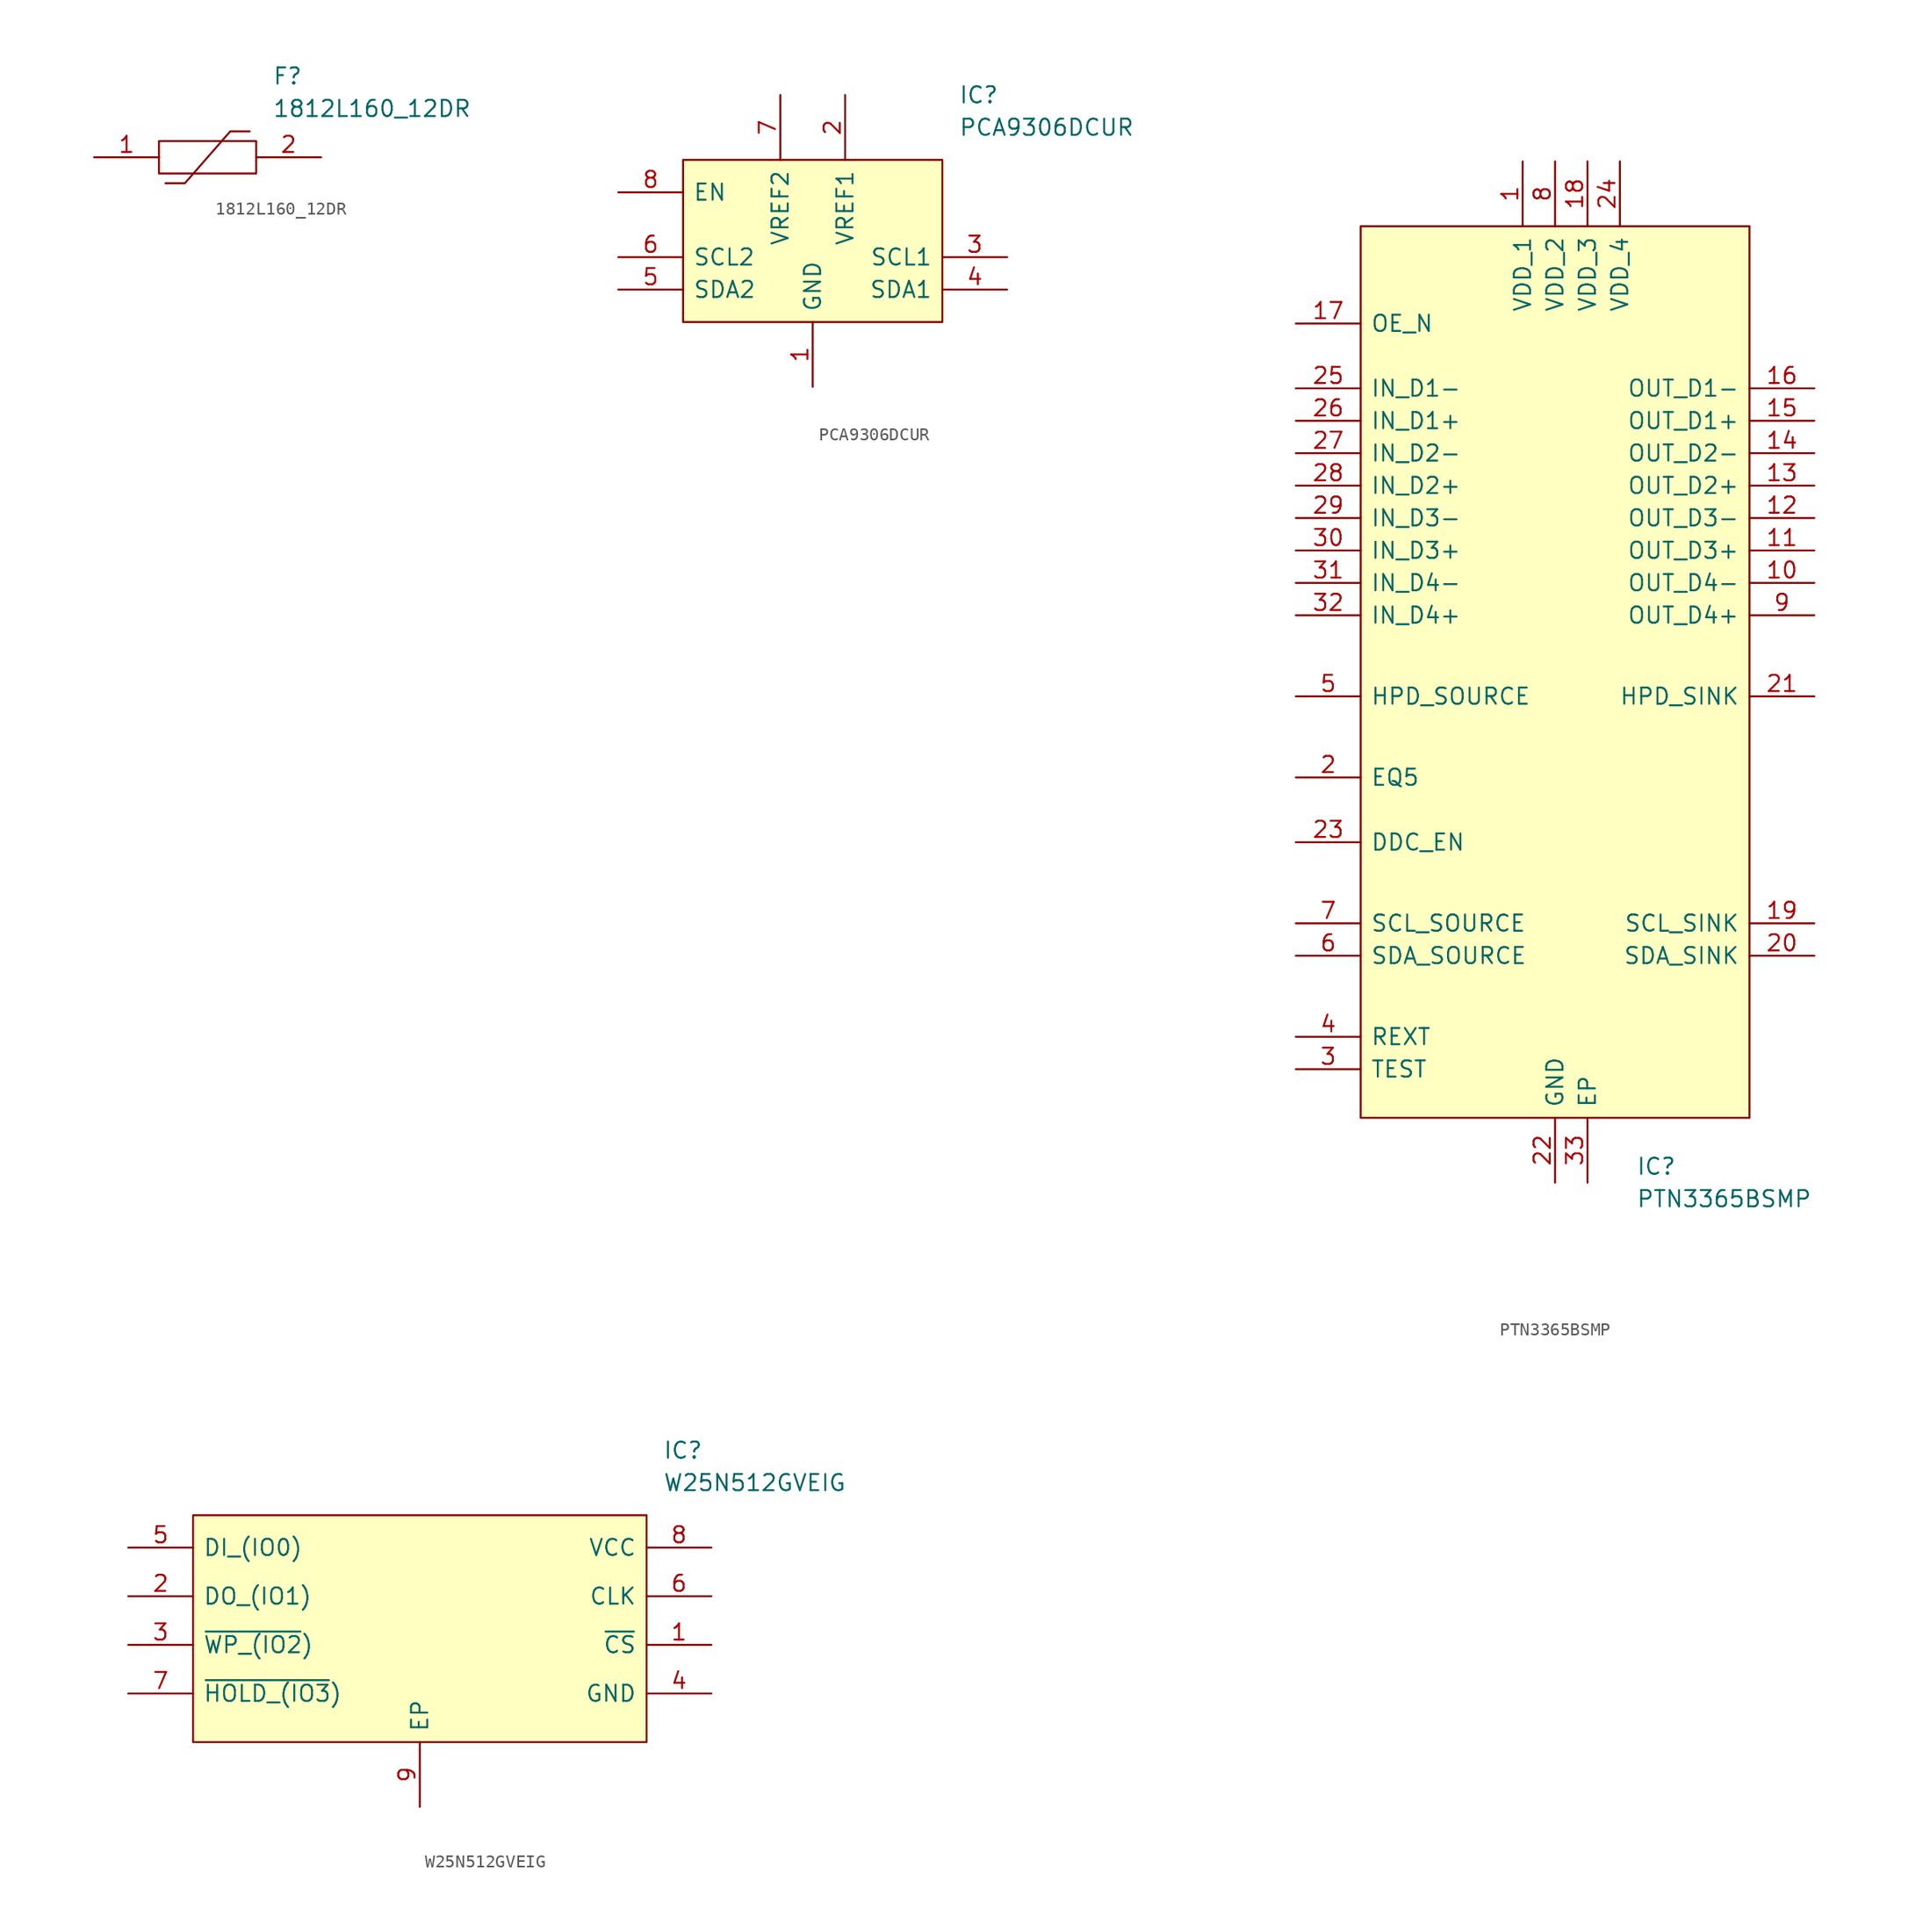
<source format=kicad_sym>
(kicad_symbol_lib
  (version 20211014)
  (generator kicad_symbol_editor)
  (symbol "1812L160_12DR"
    (pin_names
      (offset 0.762))
    (property "Reference" "F"
      (at 13.97 6.35 0)
      (effects (font (size 1.27 1.27)) (justify left)))
    (property "Value" "1812L160_12DR"
      (at 13.97 3.81 0)
      (effects (font (size 1.27 1.27)) (justify left)))
    (symbol "1812L160_12DR_0_0"
      (pin passive line (at 0 0 0) (length 5.08) (name "~" (effects (font (size 1.27 1.27)))) (number "1" (effects (font (size 1.27 1.27)))))
      (pin passive line (at 17.78 0 180) (length 5.08) (name "~" (effects (font (size 1.27 1.27)))) (number "2" (effects (font (size 1.27 1.27))))))
    (symbol "1812L160_12DR_0_1"
      (polyline (pts (xy 5.588 -2.032) (xy 7.112 -2.032) (xy 10.668 2.032) (xy 12.192 2.032)) (stroke (width 0.152) (type default) (color 0 0 0 0)) (fill (type none)))
      (polyline (pts (xy 5.08 1.27) (xy 12.7 1.27) (xy 12.7 -1.27) (xy 5.08 -1.27) (xy 5.08 1.27)) (stroke (width 0.152) (type default) (color 0 0 0 0)) (fill (type none)))))
  (symbol "PCA9306DCUR"
    (pin_names
      (offset 0.762))
    (property "Reference" "IC"
      (at 26.67 7.62 0)
      (effects (font (size 1.27 1.27)) (justify left)))
    (property "Value" "PCA9306DCUR"
      (at 26.67 5.08 0)
      (effects (font (size 1.27 1.27)) (justify left)))
    (symbol "PCA9306DCUR_0_0"
      (pin passive line (at 15.24 -15.24 90) (length 5.08) (name "GND" (effects (font (size 1.27 1.27)))) (number "1" (effects (font (size 1.27 1.27)))))
      (pin passive line (at 17.78 7.62 270) (length 5.08) (name "VREF1" (effects (font (size 1.27 1.27)))) (number "2" (effects (font (size 1.27 1.27)))))
      (pin passive line (at 30.48 -5.08 180) (length 5.08) (name "SCL1" (effects (font (size 1.27 1.27)))) (number "3" (effects (font (size 1.27 1.27)))))
      (pin passive line (at 30.48 -7.62 180) (length 5.08) (name "SDA1" (effects (font (size 1.27 1.27)))) (number "4" (effects (font (size 1.27 1.27)))))
      (pin passive line (at 0 -7.62 0) (length 5.08) (name "SDA2" (effects (font (size 1.27 1.27)))) (number "5" (effects (font (size 1.27 1.27)))))
      (pin passive line (at 0 -5.08 0) (length 5.08) (name "SCL2" (effects (font (size 1.27 1.27)))) (number "6" (effects (font (size 1.27 1.27)))))
      (pin passive line (at 12.7 7.62 270) (length 5.08) (name "VREF2" (effects (font (size 1.27 1.27)))) (number "7" (effects (font (size 1.27 1.27)))))
      (pin passive line (at 0 0 0) (length 5.08) (name "EN" (effects (font (size 1.27 1.27)))) (number "8" (effects (font (size 1.27 1.27))))))
    (symbol "PCA9306DCUR_0_1"
      (polyline (pts (xy 5.08 2.54) (xy 25.4 2.54) (xy 25.4 -10.16) (xy 5.08 -10.16) (xy 5.08 2.54)) (stroke (width 0.152) (type default) (color 0 0 0 0)) (fill (type background)))))
  (symbol "PTN3365BSMP"
    (pin_names
      (offset 0.762))
    (property "Reference" "IC"
      (at 5.08 -36.83 0)
      (effects (font (size 1.27 1.27)) (justify left)))
    (property "Value" "PTN3365BSMP"
      (at 5.08 -39.37 0)
      (effects (font (size 1.27 1.27)) (justify left)))
    (symbol "PTN3365BSMP_0_0"
      (pin passive line (at -3.81 41.91 270) (length 5.08) (name "VDD_1" (effects (font (size 1.27 1.27)))) (number "1" (effects (font (size 1.27 1.27)))))
      (pin passive line (at 19.05 8.89 180) (length 5.08) (name "OUT_D4-" (effects (font (size 1.27 1.27)))) (number "10" (effects (font (size 1.27 1.27)))))
      (pin passive line (at 19.05 11.43 180) (length 5.08) (name "OUT_D3+" (effects (font (size 1.27 1.27)))) (number "11" (effects (font (size 1.27 1.27)))))
      (pin passive line (at 19.05 13.97 180) (length 5.08) (name "OUT_D3-" (effects (font (size 1.27 1.27)))) (number "12" (effects (font (size 1.27 1.27)))))
      (pin passive line (at 19.05 16.51 180) (length 5.08) (name "OUT_D2+" (effects (font (size 1.27 1.27)))) (number "13" (effects (font (size 1.27 1.27)))))
      (pin passive line (at 19.05 19.05 180) (length 5.08) (name "OUT_D2-" (effects (font (size 1.27 1.27)))) (number "14" (effects (font (size 1.27 1.27)))))
      (pin passive line (at 19.05 21.59 180) (length 5.08) (name "OUT_D1+" (effects (font (size 1.27 1.27)))) (number "15" (effects (font (size 1.27 1.27)))))
      (pin passive line (at 19.05 24.13 180) (length 5.08) (name "OUT_D1-" (effects (font (size 1.27 1.27)))) (number "16" (effects (font (size 1.27 1.27)))))
      (pin passive line (at -21.59 29.21 0) (length 5.08) (name "OE_N" (effects (font (size 1.27 1.27)))) (number "17" (effects (font (size 1.27 1.27)))))
      (pin passive line (at 1.27 41.91 270) (length 5.08) (name "VDD_3" (effects (font (size 1.27 1.27)))) (number "18" (effects (font (size 1.27 1.27)))))
      (pin passive line (at 19.05 -17.78 180) (length 5.08) (name "SCL_SINK" (effects (font (size 1.27 1.27)))) (number "19" (effects (font (size 1.27 1.27)))))
      (pin passive line (at -21.59 -6.35 0) (length 5.08) (name "EQ5" (effects (font (size 1.27 1.27)))) (number "2" (effects (font (size 1.27 1.27)))))
      (pin passive line (at 19.05 -20.32 180) (length 5.08) (name "SDA_SINK" (effects (font (size 1.27 1.27)))) (number "20" (effects (font (size 1.27 1.27)))))
      (pin passive line (at 19.05 0 180) (length 5.08) (name "HPD_SINK" (effects (font (size 1.27 1.27)))) (number "21" (effects (font (size 1.27 1.27)))))
      (pin passive line (at -1.27 -38.1 90) (length 5.08) (name "GND" (effects (font (size 1.27 1.27)))) (number "22" (effects (font (size 1.27 1.27)))))
      (pin passive line (at -21.59 -11.43 0) (length 5.08) (name "DDC_EN" (effects (font (size 1.27 1.27)))) (number "23" (effects (font (size 1.27 1.27)))))
      (pin passive line (at 3.81 41.91 270) (length 5.08) (name "VDD_4" (effects (font (size 1.27 1.27)))) (number "24" (effects (font (size 1.27 1.27)))))
      (pin passive line (at -21.59 24.13 0) (length 5.08) (name "IN_D1-" (effects (font (size 1.27 1.27)))) (number "25" (effects (font (size 1.27 1.27)))))
      (pin passive line (at -21.59 21.59 0) (length 5.08) (name "IN_D1+" (effects (font (size 1.27 1.27)))) (number "26" (effects (font (size 1.27 1.27)))))
      (pin passive line (at -21.59 19.05 0) (length 5.08) (name "IN_D2-" (effects (font (size 1.27 1.27)))) (number "27" (effects (font (size 1.27 1.27)))))
      (pin passive line (at -21.59 16.51 0) (length 5.08) (name "IN_D2+" (effects (font (size 1.27 1.27)))) (number "28" (effects (font (size 1.27 1.27)))))
      (pin passive line (at -21.59 13.97 0) (length 5.08) (name "IN_D3-" (effects (font (size 1.27 1.27)))) (number "29" (effects (font (size 1.27 1.27)))))
      (pin passive line (at -21.59 -29.21 0) (length 5.08) (name "TEST" (effects (font (size 1.27 1.27)))) (number "3" (effects (font (size 1.27 1.27)))))
      (pin passive line (at -21.59 11.43 0) (length 5.08) (name "IN_D3+" (effects (font (size 1.27 1.27)))) (number "30" (effects (font (size 1.27 1.27)))))
      (pin passive line (at -21.59 8.89 0) (length 5.08) (name "IN_D4-" (effects (font (size 1.27 1.27)))) (number "31" (effects (font (size 1.27 1.27)))))
      (pin passive line (at -21.59 6.35 0) (length 5.08) (name "IN_D4+" (effects (font (size 1.27 1.27)))) (number "32" (effects (font (size 1.27 1.27)))))
      (pin passive line (at 1.27 -38.1 90) (length 5.08) (name "EP" (effects (font (size 1.27 1.27)))) (number "33" (effects (font (size 1.27 1.27)))))
      (pin passive line (at -21.59 -26.67 0) (length 5.08) (name "REXT" (effects (font (size 1.27 1.27)))) (number "4" (effects (font (size 1.27 1.27)))))
      (pin passive line (at -21.59 0 0) (length 5.08) (name "HPD_SOURCE" (effects (font (size 1.27 1.27)))) (number "5" (effects (font (size 1.27 1.27)))))
      (pin passive line (at -21.59 -20.32 0) (length 5.08) (name "SDA_SOURCE" (effects (font (size 1.27 1.27)))) (number "6" (effects (font (size 1.27 1.27)))))
      (pin passive line (at -21.59 -17.78 0) (length 5.08) (name "SCL_SOURCE" (effects (font (size 1.27 1.27)))) (number "7" (effects (font (size 1.27 1.27)))))
      (pin passive line (at -1.27 41.91 270) (length 5.08) (name "VDD_2" (effects (font (size 1.27 1.27)))) (number "8" (effects (font (size 1.27 1.27)))))
      (pin passive line (at 19.05 6.35 180) (length 5.08) (name "OUT_D4+" (effects (font (size 1.27 1.27)))) (number "9" (effects (font (size 1.27 1.27))))))
    (symbol "PTN3365BSMP_0_1"
      (polyline (pts (xy -16.51 36.83) (xy 13.97 36.83) (xy 13.97 -33.02) (xy -16.51 -33.02) (xy -16.51 36.83)) (stroke (width 0.152) (type default) (color 0 0 0 0)) (fill (type background)))))
  (symbol "W25N512GVEIG"
    (pin_names
      (offset 0.762))
    (property "Reference" "IC"
      (at 41.91 7.62 0)
      (effects (font (size 1.27 1.27)) (justify left)))
    (property "Value" "W25N512GVEIG"
      (at 41.91 5.08 0)
      (effects (font (size 1.27 1.27)) (justify left)))
    (symbol "W25N512GVEIG_0_0"
      (pin passive line (at 45.72 -7.62 180) (length 5.08) (name "~{CS}" (effects (font (size 1.27 1.27)))) (number "1" (effects (font (size 1.27 1.27)))))
      (pin passive line (at 0 -3.81 0) (length 5.08) (name "DO_(IO1)" (effects (font (size 1.27 1.27)))) (number "2" (effects (font (size 1.27 1.27)))))
      (pin passive line (at 0 -7.62 0) (length 5.08) (name "~{WP_(IO2})" (effects (font (size 1.27 1.27)))) (number "3" (effects (font (size 1.27 1.27)))))
      (pin passive line (at 45.72 -11.43 180) (length 5.08) (name "GND" (effects (font (size 1.27 1.27)))) (number "4" (effects (font (size 1.27 1.27)))))
      (pin passive line (at 0 0 0) (length 5.08) (name "DI_(IO0)" (effects (font (size 1.27 1.27)))) (number "5" (effects (font (size 1.27 1.27)))))
      (pin passive line (at 45.72 -3.81 180) (length 5.08) (name "CLK" (effects (font (size 1.27 1.27)))) (number "6" (effects (font (size 1.27 1.27)))))
      (pin passive line (at 0 -11.43 0) (length 5.08) (name "~{HOLD_(IO3})" (effects (font (size 1.27 1.27)))) (number "7" (effects (font (size 1.27 1.27)))))
      (pin passive line (at 45.72 0 180) (length 5.08) (name "VCC" (effects (font (size 1.27 1.27)))) (number "8" (effects (font (size 1.27 1.27)))))
      (pin passive line (at 22.86 -20.32 90) (length 5.08) (name "EP" (effects (font (size 1.27 1.27)))) (number "9" (effects (font (size 1.27 1.27))))))
    (symbol "W25N512GVEIG_0_1"
      (polyline (pts (xy 5.08 2.54) (xy 40.64 2.54) (xy 40.64 -15.24) (xy 5.08 -15.24) (xy 5.08 2.54)) (stroke (width 0.152) (type default) (color 0 0 0 0)) (fill (type background))))))
</source>
